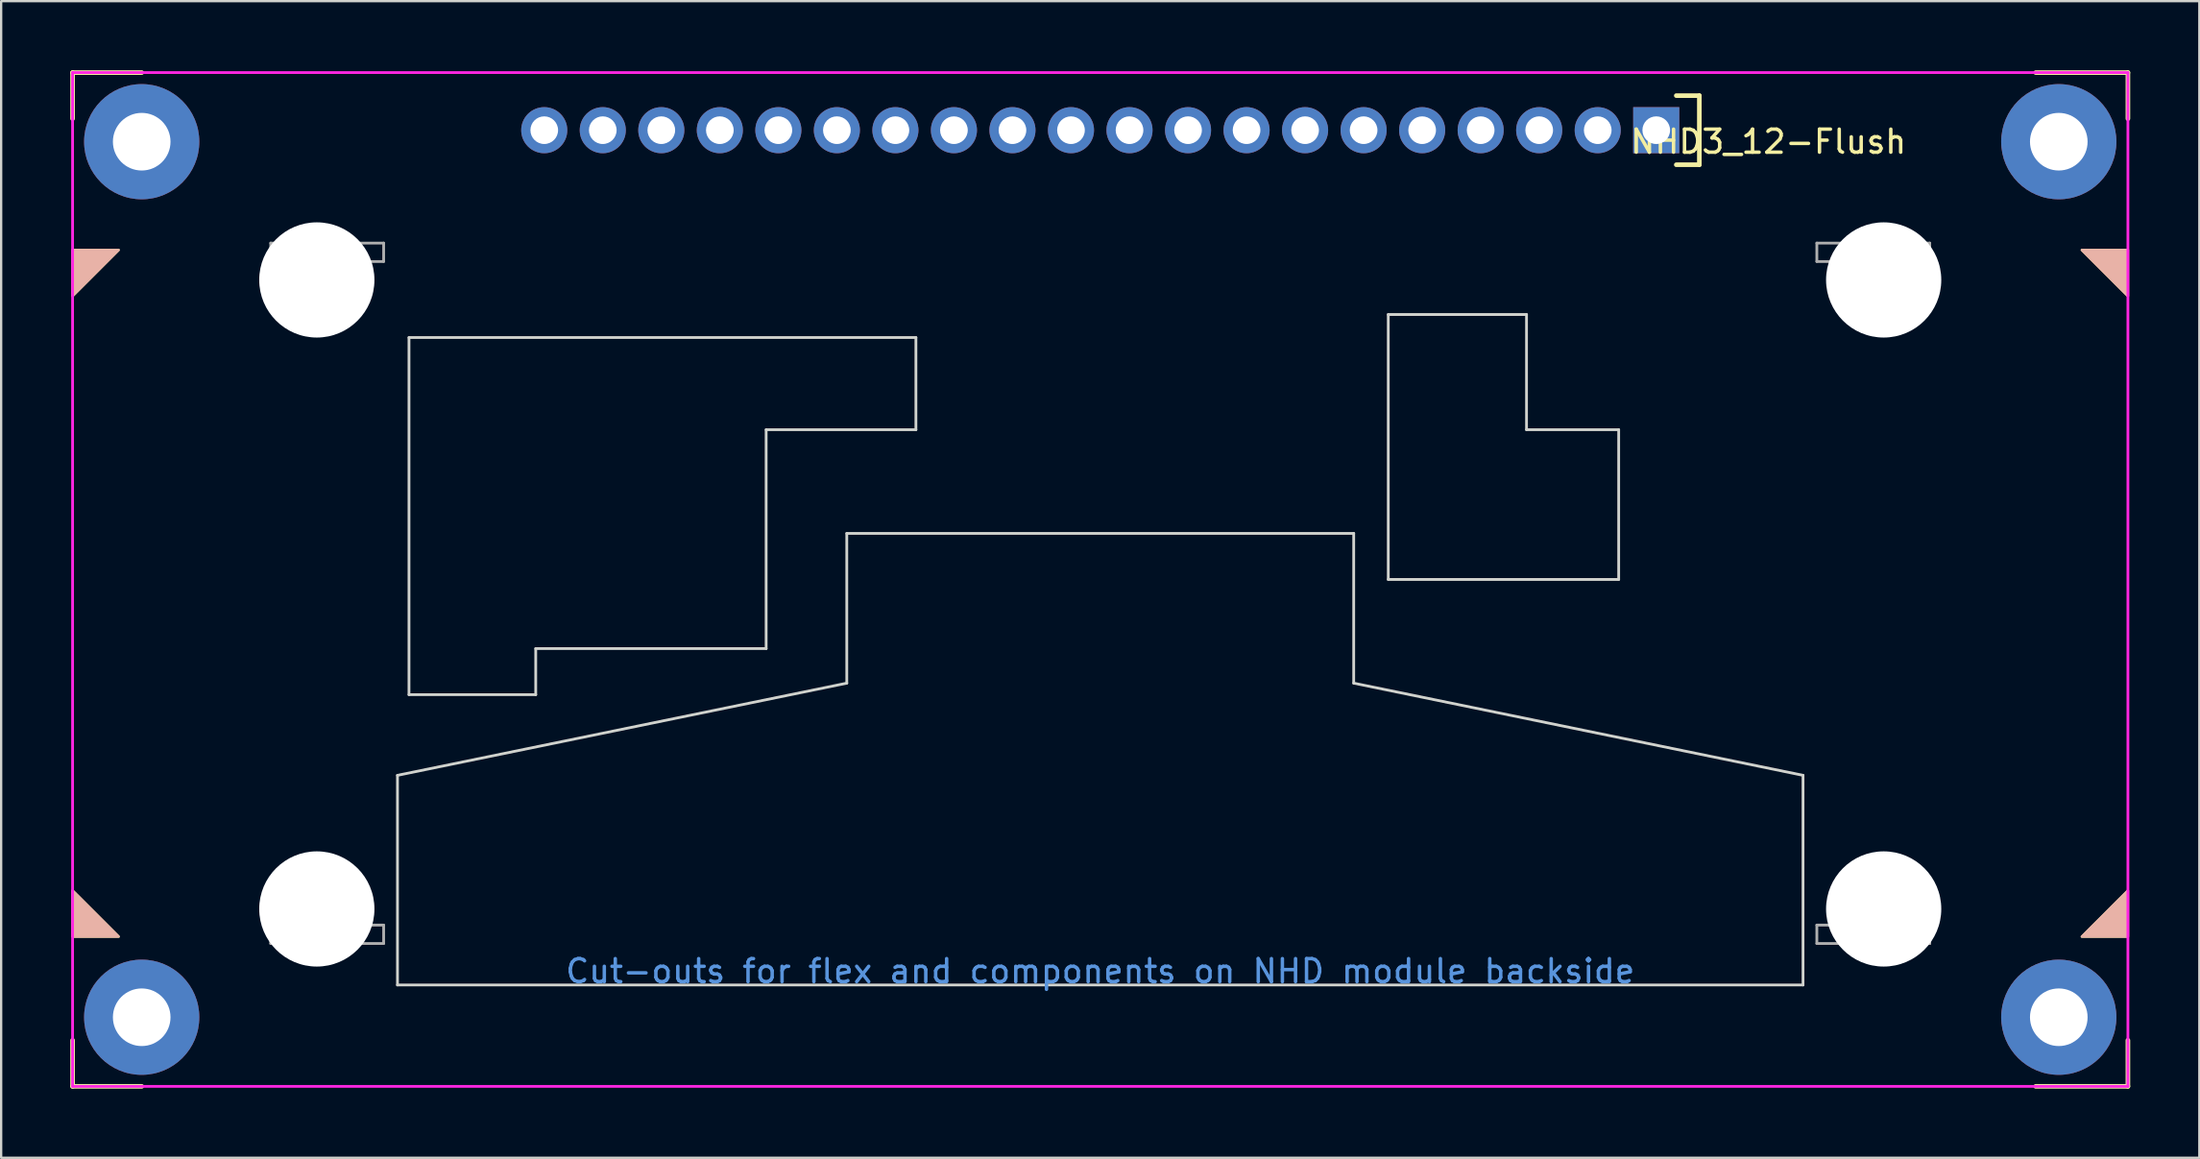
<source format=kicad_pcb>
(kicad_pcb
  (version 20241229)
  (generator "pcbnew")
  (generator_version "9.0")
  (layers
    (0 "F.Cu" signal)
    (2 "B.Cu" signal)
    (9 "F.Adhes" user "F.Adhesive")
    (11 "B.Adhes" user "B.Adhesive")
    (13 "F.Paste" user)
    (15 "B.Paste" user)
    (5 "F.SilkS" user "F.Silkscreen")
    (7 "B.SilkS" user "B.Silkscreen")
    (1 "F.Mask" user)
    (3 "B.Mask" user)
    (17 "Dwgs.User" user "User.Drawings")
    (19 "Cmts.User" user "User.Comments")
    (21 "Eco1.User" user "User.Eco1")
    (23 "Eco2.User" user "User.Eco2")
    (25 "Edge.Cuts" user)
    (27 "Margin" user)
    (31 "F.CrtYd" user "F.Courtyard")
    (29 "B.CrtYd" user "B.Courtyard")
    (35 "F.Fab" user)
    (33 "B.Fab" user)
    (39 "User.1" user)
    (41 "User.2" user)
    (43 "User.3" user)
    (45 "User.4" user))
  (footprint "NHD3_12-Flush"
    (layer "F.Cu")
    (at 44.7 22.1)
    (property "Reference" "NHD3_12-Flush" (at 29 -19 0) (layer "F.SilkS") (effects (font (size 1 1) (thickness 0.15))))
    (attr through_hole)
    (fp_line (start -44.6 -22) (end -41.6 -22) (stroke (width 0.2) (type solid)) (layer "F.SilkS"))
    (fp_line (start -44.6 -20) (end -44.6 -22) (stroke (width 0.2) (type solid)) (layer "F.SilkS"))
    (fp_line (start -44.6 20) (end -44.6 22) (stroke (width 0.2) (type solid)) (layer "F.SilkS"))
    (fp_line (start -44.6 22) (end -41.6 22) (stroke (width 0.2) (type solid)) (layer "F.SilkS"))
    (fp_line (start 25 -21) (end 26 -21) (stroke (width 0.2) (type solid)) (layer "F.SilkS"))
    (fp_line (start 26 -21) (end 26 -18) (stroke (width 0.2) (type solid)) (layer "F.SilkS"))
    (fp_line (start 26 -18) (end 25 -18) (stroke (width 0.2) (type solid)) (layer "F.SilkS"))
    (fp_line (start 40.6 -22) (end 44.6 -22) (stroke (width 0.2) (type solid)) (layer "F.SilkS"))
    (fp_line (start 44.6 -22) (end 44.6 -20) (stroke (width 0.2) (type solid)) (layer "F.SilkS"))
    (fp_line (start 44.6 20) (end 44.6 22) (stroke (width 0.2) (type solid)) (layer "F.SilkS"))
    (fp_line (start 44.6 22) (end 40.6 22) (stroke (width 0.2) (type solid)) (layer "F.SilkS"))
    (fp_poly (pts (xy -44.6 -12.3) (xy -44.6 -14.3) (xy -42.6 -14.3)) (stroke (width 0.1) (type solid)) (fill yes) (layer "F.SilkS"))
    (fp_poly (pts (xy -42.6 15.5) (xy -44.6 15.5) (xy -44.6 13.5)) (stroke (width 0.1) (type solid)) (fill yes) (layer "F.SilkS"))
    (fp_poly (pts (xy 42.6 -14.3) (xy 44.6 -14.3) (xy 44.6 -12.3)) (stroke (width 0.1) (type solid)) (fill yes) (layer "F.SilkS"))
    (fp_poly (pts (xy 44.6 13.5) (xy 44.6 15.5) (xy 42.6 15.5)) (stroke (width 0.1) (type solid)) (fill yes) (layer "F.SilkS"))
    (fp_poly (pts (xy -44.6 13.5) (xy -44.6 15.5) (xy -42.6 15.5)) (stroke (width 0.1) (type solid)) (fill yes) (layer "B.SilkS"))
    (fp_poly (pts (xy -42.6 -14.3) (xy -44.6 -14.3) (xy -44.6 -12.3)) (stroke (width 0.1) (type solid)) (fill yes) (layer "B.SilkS"))
    (fp_poly (pts (xy 42.6 15.5) (xy 44.6 15.5) (xy 44.6 13.5)) (stroke (width 0.1) (type solid)) (fill yes) (layer "B.SilkS"))
    (fp_poly (pts (xy 44.6 -12.3) (xy 44.6 -14.3) (xy 42.6 -14.3)) (stroke (width 0.1) (type solid)) (fill yes) (layer "B.SilkS"))
    (fp_line (start -30.5 17.6) (end -30.5 8.5) (stroke (width 0.12) (type solid)) (layer "Eco1.User"))
    (fp_line (start -30 -10.5) (end -8 -10.5) (stroke (width 0.12) (type solid)) (layer "Eco1.User"))
    (fp_line (start -30 5) (end -30 -10.5) (stroke (width 0.12) (type solid)) (layer "Eco1.User"))
    (fp_line (start -24.5 3) (end -24.5 5) (stroke (width 0.12) (type solid)) (layer "Eco1.User"))
    (fp_line (start -24.5 5) (end -30 5) (stroke (width 0.12) (type solid)) (layer "Eco1.User"))
    (fp_line (start -14.5 -6.5) (end -14.5 3) (stroke (width 0.12) (type solid)) (layer "Eco1.User"))
    (fp_line (start -14.5 3) (end -24.5 3) (stroke (width 0.12) (type solid)) (layer "Eco1.User"))
    (fp_line (start -11 -2) (end 11 -2) (stroke (width 0.12) (type solid)) (layer "Eco1.User"))
    (fp_line (start -11 4.5) (end -30.5 8.5) (stroke (width 0.12) (type solid)) (layer "Eco1.User"))
    (fp_line (start -11 4.5) (end -11 -2) (stroke (width 0.12) (type solid)) (layer "Eco1.User"))
    (fp_line (start -8 -10.5) (end -8 -6.5) (stroke (width 0.12) (type solid)) (layer "Eco1.User"))
    (fp_line (start -8 -6.5) (end -14.5 -6.5) (stroke (width 0.12) (type solid)) (layer "Eco1.User"))
    (fp_line (start 11 -2) (end 11 4.5) (stroke (width 0.12) (type solid)) (layer "Eco1.User"))
    (fp_line (start 11 4.5) (end 30.5 8.5) (stroke (width 0.12) (type solid)) (layer "Eco1.User"))
    (fp_line (start 12.5 -11.5) (end 18.5 -11.5) (stroke (width 0.12) (type solid)) (layer "Eco1.User"))
    (fp_line (start 12.5 0) (end 12.5 -11.5) (stroke (width 0.12) (type solid)) (layer "Eco1.User"))
    (fp_line (start 18.5 -11.5) (end 18.5 -6.5) (stroke (width 0.12) (type solid)) (layer "Eco1.User"))
    (fp_line (start 18.5 -6.5) (end 22.5 -6.5) (stroke (width 0.12) (type solid)) (layer "Eco1.User"))
    (fp_line (start 22.5 -6.5) (end 22.5 0) (stroke (width 0.12) (type solid)) (layer "Eco1.User"))
    (fp_line (start 22.5 0) (end 12.5 0) (stroke (width 0.12) (type solid)) (layer "Eco1.User"))
    (fp_line (start 30.5 8.5) (end 30.5 17.6) (stroke (width 0.12) (type solid)) (layer "Eco1.User"))
    (fp_line (start 30.5 17.6) (end -30.5 17.6) (stroke (width 0.12) (type solid)) (layer "Eco1.User"))
    (fp_line (start -30.5 8.5) (end -11 4.5) (stroke (width 0.12) (type solid)) (layer "Edge.Cuts"))
    (fp_line (start -30.5 17.6) (end -30.5 8.5) (stroke (width 0.12) (type solid)) (layer "Edge.Cuts"))
    (fp_line (start -30 -10.5) (end -8 -10.5) (stroke (width 0.12) (type solid)) (layer "Edge.Cuts"))
    (fp_line (start -30 5) (end -30 -10.5) (stroke (width 0.12) (type solid)) (layer "Edge.Cuts"))
    (fp_line (start -24.5 3) (end -24.5 5) (stroke (width 0.12) (type solid)) (layer "Edge.Cuts"))
    (fp_line (start -24.5 5) (end -30 5) (stroke (width 0.12) (type solid)) (layer "Edge.Cuts"))
    (fp_line (start -14.5 -6.5) (end -14.5 3) (stroke (width 0.12) (type solid)) (layer "Edge.Cuts"))
    (fp_line (start -14.5 3) (end -24.5 3) (stroke (width 0.12) (type solid)) (layer "Edge.Cuts"))
    (fp_line (start -11 -2) (end 11 -2) (stroke (width 0.12) (type solid)) (layer "Edge.Cuts"))
    (fp_line (start -11 4.5) (end -11 -2) (stroke (width 0.12) (type solid)) (layer "Edge.Cuts"))
    (fp_line (start -8 -10.5) (end -8 -6.5) (stroke (width 0.12) (type solid)) (layer "Edge.Cuts"))
    (fp_line (start -8 -6.5) (end -14.5 -6.5) (stroke (width 0.12) (type solid)) (layer "Edge.Cuts"))
    (fp_line (start 11 -2) (end 11 4.5) (stroke (width 0.12) (type solid)) (layer "Edge.Cuts"))
    (fp_line (start 11 4.5) (end 30.5 8.5) (stroke (width 0.12) (type solid)) (layer "Edge.Cuts"))
    (fp_line (start 12.5 -11.5) (end 18.5 -11.5) (stroke (width 0.12) (type solid)) (layer "Edge.Cuts"))
    (fp_line (start 12.5 0) (end 12.5 -11.5) (stroke (width 0.12) (type solid)) (layer "Edge.Cuts"))
    (fp_line (start 18.5 -11.5) (end 18.5 -6.5) (stroke (width 0.12) (type solid)) (layer "Edge.Cuts"))
    (fp_line (start 18.5 -6.5) (end 22.5 -6.5) (stroke (width 0.12) (type solid)) (layer "Edge.Cuts"))
    (fp_line (start 22.5 -6.5) (end 22.5 0) (stroke (width 0.12) (type solid)) (layer "Edge.Cuts"))
    (fp_line (start 22.5 0) (end 12.5 0) (stroke (width 0.12) (type solid)) (layer "Edge.Cuts"))
    (fp_line (start 30.5 8.5) (end 30.5 17.6) (stroke (width 0.12) (type solid)) (layer "Edge.Cuts"))
    (fp_line (start 30.5 17.6) (end -30.5 17.6) (stroke (width 0.12) (type solid)) (layer "Edge.Cuts"))
    (fp_line (start -44.6 -22) (end -44.6 22) (stroke (width 0.12) (type solid)) (layer "F.CrtYd"))
    (fp_line (start -44.6 -22) (end 44.6 -22) (stroke (width 0.12) (type solid)) (layer "F.CrtYd"))
    (fp_line (start 44.6 -22) (end 44.6 22) (stroke (width 0.12) (type solid)) (layer "F.CrtYd"))
    (fp_line (start 44.6 22) (end -44.6 22) (stroke (width 0.12) (type solid)) (layer "F.CrtYd"))
    (fp_line (start -36 -14.6) (end -36 -13.8) (stroke (width 0.12) (type solid)) (layer "F.Fab"))
    (fp_line (start -36 -13.8) (end -31.1 -13.8) (stroke (width 0.12) (type solid)) (layer "F.Fab"))
    (fp_line (start -36 15) (end -36 15.8) (stroke (width 0.12) (type solid)) (layer "F.Fab"))
    (fp_line (start -36 15.8) (end -31.1 15.8) (stroke (width 0.12) (type solid)) (layer "F.Fab"))
    (fp_line (start -31.1 -14.6) (end -36 -14.6) (stroke (width 0.12) (type solid)) (layer "F.Fab"))
    (fp_line (start -31.1 -13.8) (end -31.1 -14.6) (stroke (width 0.12) (type solid)) (layer "F.Fab"))
    (fp_line (start -31.1 15) (end -36 15) (stroke (width 0.12) (type solid)) (layer "F.Fab"))
    (fp_line (start -31.1 15.8) (end -31.1 15) (stroke (width 0.12) (type solid)) (layer "F.Fab"))
    (fp_line (start 31.1 -14.6) (end 31.1 -13.8) (stroke (width 0.12) (type solid)) (layer "F.Fab"))
    (fp_line (start 31.1 -13.8) (end 36 -13.8) (stroke (width 0.12) (type solid)) (layer "F.Fab"))
    (fp_line (start 31.1 15) (end 31.1 15.8) (stroke (width 0.12) (type solid)) (layer "F.Fab"))
    (fp_line (start 31.1 15.8) (end 36 15.8) (stroke (width 0.12) (type solid)) (layer "F.Fab"))
    (fp_line (start 36 -14.6) (end 31.1 -14.6) (stroke (width 0.12) (type solid)) (layer "F.Fab"))
    (fp_line (start 36 -13.8) (end 36 -14.6) (stroke (width 0.12) (type solid)) (layer "F.Fab"))
    (fp_line (start 36 15) (end 31.1 15) (stroke (width 0.12) (type solid)) (layer "F.Fab"))
    (fp_line (start 36 15.8) (end 36 15) (stroke (width 0.12) (type solid)) (layer "F.Fab"))
    (fp_text user "Cut-outs for flex and components on NHD module backside" (at 0 17 0) (layer "Cmts.User") (effects (font (size 1 1) (thickness 0.15))))
    (pad "" np_thru_hole circle (at -34 -13) (size 5 5) (drill 5) (layers "*.Cu" "*.Mask"))
    (pad "" np_thru_hole circle (at -34 14.3) (size 5 5) (drill 5) (layers "*.Cu" "*.Mask"))
    (pad "" np_thru_hole circle (at 34 -13) (size 5 5) (drill 5) (layers "*.Cu" "*.Mask"))
    (pad "" np_thru_hole circle (at 34 14.3) (size 5 5) (drill 5) (layers "*.Cu" "*.Mask"))
    (pad "1" thru_hole rect (at 24.13 -19.5 180) (size 2 2) (drill 1.2) (layers "*.Cu" "*.Mask"))
    (pad "2" thru_hole circle (at 21.59 -19.5 180) (size 2 2) (drill 1.2) (layers "*.Cu" "*.Mask"))
    (pad "3" thru_hole circle (at 19.05 -19.5 180) (size 2 2) (drill 1.2) (layers "*.Cu" "*.Mask"))
    (pad "4" thru_hole circle (at 16.51 -19.5 180) (size 2 2) (drill 1.2) (layers "*.Cu" "*.Mask"))
    (pad "5" thru_hole circle (at 13.97 -19.5 180) (size 2 2) (drill 1.2) (layers "*.Cu" "*.Mask"))
    (pad "6" thru_hole circle (at 11.43 -19.5 180) (size 2 2) (drill 1.2) (layers "*.Cu" "*.Mask"))
    (pad "7" thru_hole circle (at 8.89 -19.5 180) (size 2 2) (drill 1.2) (layers "*.Cu" "*.Mask"))
    (pad "8" thru_hole circle (at 6.35 -19.5 180) (size 2 2) (drill 1.2) (layers "*.Cu" "*.Mask"))
    (pad "9" thru_hole circle (at 3.81 -19.5 180) (size 2 2) (drill 1.2) (layers "*.Cu" "*.Mask"))
    (pad "10" thru_hole circle (at 1.27 -19.5 180) (size 2 2) (drill 1.2) (layers "*.Cu" "*.Mask"))
    (pad "11" thru_hole circle (at -1.27 -19.5 180) (size 2 2) (drill 1.2) (layers "*.Cu" "*.Mask"))
    (pad "12" thru_hole circle (at -3.81 -19.5 180) (size 2 2) (drill 1.2) (layers "*.Cu" "*.Mask"))
    (pad "13" thru_hole circle (at -6.35 -19.5 180) (size 2 2) (drill 1.2) (layers "*.Cu" "*.Mask"))
    (pad "14" thru_hole circle (at -8.89 -19.5 180) (size 2 2) (drill 1.2) (layers "*.Cu" "*.Mask"))
    (pad "15" thru_hole circle (at -11.43 -19.5 180) (size 2 2) (drill 1.2) (layers "*.Cu" "*.Mask"))
    (pad "16" thru_hole circle (at -13.97 -19.5 180) (size 2 2) (drill 1.2) (layers "*.Cu" "*.Mask"))
    (pad "17" thru_hole circle (at -16.51 -19.5 180) (size 2 2) (drill 1.2) (layers "*.Cu" "*.Mask"))
    (pad "18" thru_hole circle (at -19.05 -19.5 180) (size 2 2) (drill 1.2) (layers "*.Cu" "*.Mask"))
    (pad "19" thru_hole circle (at -21.59 -19.5 180) (size 2 2) (drill 1.2) (layers "*.Cu" "*.Mask"))
    (pad "20" thru_hole circle (at -24.13 -19.5 180) (size 2 2) (drill 1.2) (layers "*.Cu" "*.Mask"))
    (pad "21" thru_hole circle (at -41.6 -19) (size 5 5) (drill 2.5) (layers "*.Cu" "*.Mask"))
    (pad "21" thru_hole circle (at -41.6 19) (size 5 5) (drill 2.5) (layers "*.Cu" "*.Mask"))
    (pad "21" thru_hole circle (at 41.6 -19) (size 5 5) (drill 2.5) (layers "*.Cu" "*.Mask"))
    (pad "21" thru_hole circle (at 41.6 19) (size 5 5) (drill 2.5) (layers "*.Cu" "*.Mask")))
  (gr_rect
    (start -3 -3)
    (end 92.4 47.2)
    (stroke (width 0.1) (type default))
    (fill no)
    (layer "Edge.Cuts")))
</source>
